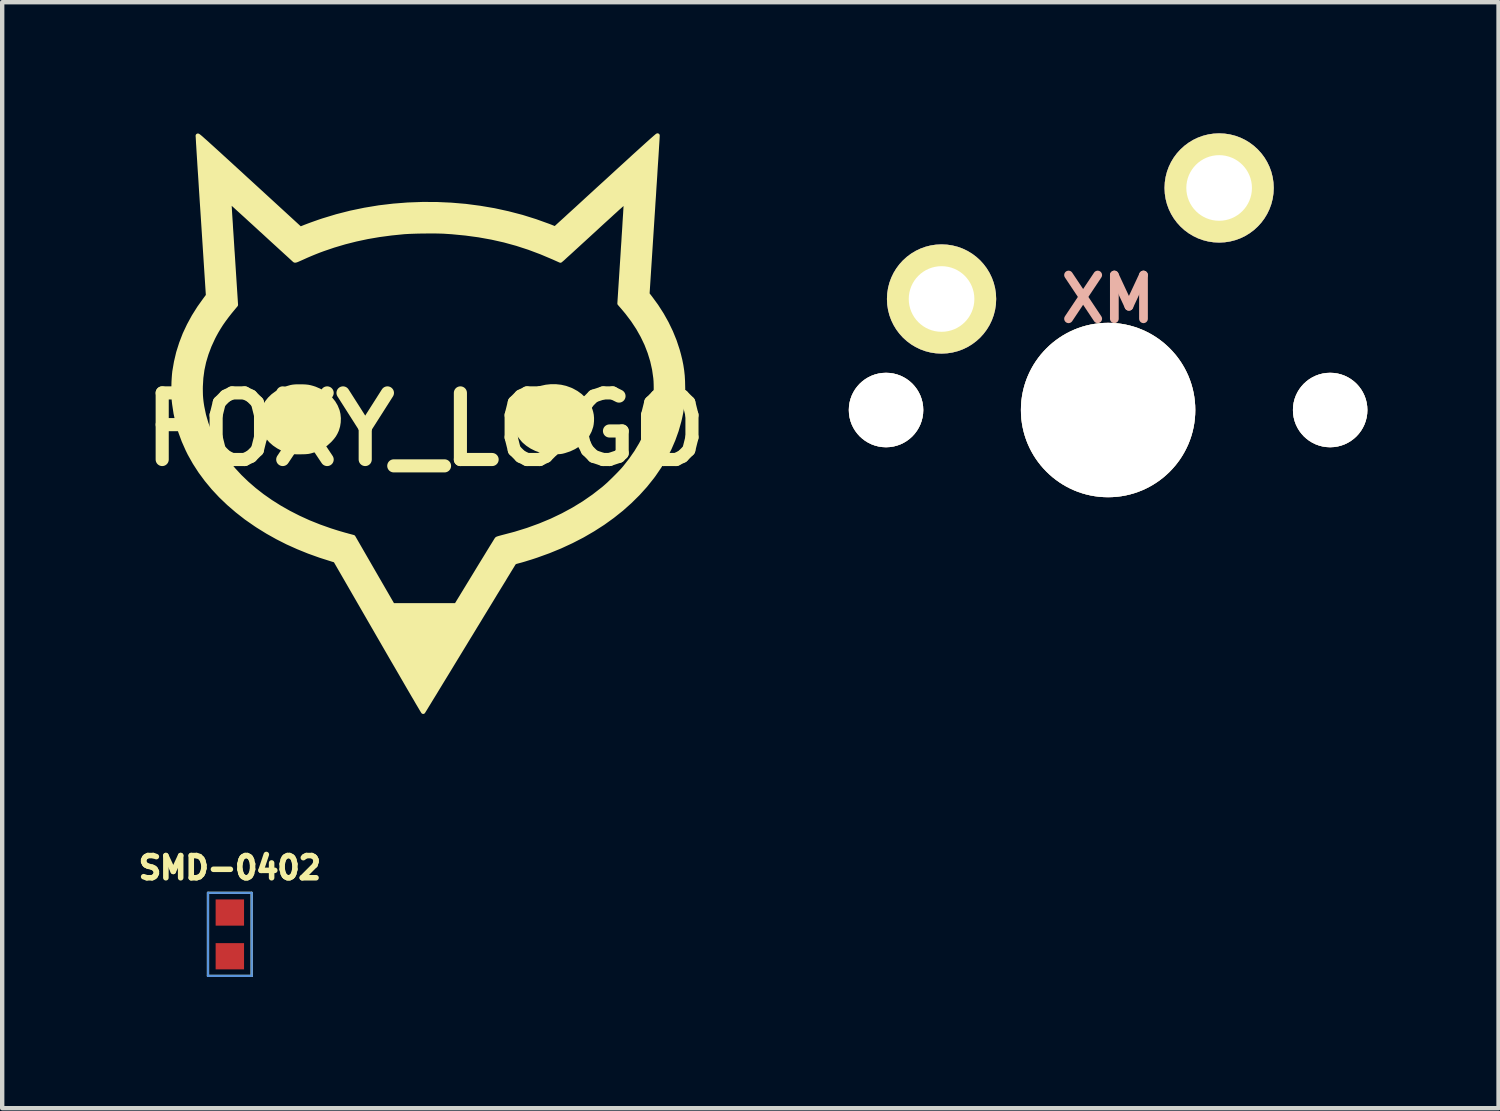
<source format=kicad_pcb>
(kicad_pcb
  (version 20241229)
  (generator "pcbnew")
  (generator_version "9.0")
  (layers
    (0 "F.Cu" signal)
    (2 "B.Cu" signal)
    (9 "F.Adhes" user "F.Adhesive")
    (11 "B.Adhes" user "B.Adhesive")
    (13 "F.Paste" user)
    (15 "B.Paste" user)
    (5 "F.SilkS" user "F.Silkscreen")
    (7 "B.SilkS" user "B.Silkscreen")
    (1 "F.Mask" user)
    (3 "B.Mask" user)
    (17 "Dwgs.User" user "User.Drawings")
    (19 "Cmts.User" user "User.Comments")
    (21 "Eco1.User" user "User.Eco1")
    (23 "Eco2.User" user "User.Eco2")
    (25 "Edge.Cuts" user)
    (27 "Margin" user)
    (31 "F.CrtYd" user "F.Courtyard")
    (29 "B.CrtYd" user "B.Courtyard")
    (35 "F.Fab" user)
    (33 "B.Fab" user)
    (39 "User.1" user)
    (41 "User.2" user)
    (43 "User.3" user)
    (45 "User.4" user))
  (footprint "FOXY_LOGO"
    (layer "F.Cu")
    (at 6.684 6.773)
    (property "Reference" "FOXY_LOGO" (at 0 0 0) (layer "F.SilkS") (effects (font (size 1.524 1.524) (thickness 0.3))))
    (attr through_hole)
    (fp_poly (pts (xy 3.806 -0.26) (xy 3.805 -0.189) (xy 3.798 -0.121) (xy 3.788 -0.069) (xy 3.754 0.03) (xy 3.707 0.121) (xy 3.647 0.206) (xy 3.574 0.282) (xy 3.49 0.35) (xy 3.396 0.408) (xy 3.291 0.457) (xy 3.176 0.495) (xy 3.163 0.498) (xy 3.134 0.506) (xy 3.107 0.511) (xy 3.077 0.515) (xy 3.043 0.517) (xy 3.001 0.519) (xy 2.948 0.52) (xy 2.876 0.521) (xy 2.819 0.519) (xy 2.775 0.516) (xy 2.752 0.513) (xy 2.637 0.484) (xy 2.528 0.445) (xy 2.428 0.395) (xy 2.338 0.336) (xy 2.259 0.269) (xy 2.237 0.246) (xy 2.169 0.163) (xy 2.116 0.075) (xy 2.077 -0.017) (xy 2.052 -0.111) (xy 2.041 -0.206) (xy 2.045 -0.302) (xy 2.063 -0.397) (xy 2.095 -0.49) (xy 2.142 -0.581) (xy 2.198 -0.66) (xy 2.271 -0.739) (xy 2.353 -0.807) (xy 2.445 -0.865) (xy 2.544 -0.912) (xy 2.648 -0.948) (xy 2.757 -0.972) (xy 2.869 -0.984) (xy 2.981 -0.984) (xy 3.094 -0.972) (xy 3.204 -0.947) (xy 3.312 -0.908) (xy 3.346 -0.893) (xy 3.45 -0.836) (xy 3.541 -0.77) (xy 3.62 -0.694) (xy 3.688 -0.609) (xy 3.692 -0.603) (xy 3.725 -0.549) (xy 3.751 -0.495) (xy 3.774 -0.435) (xy 3.788 -0.387) (xy 3.8 -0.328) (xy 3.806 -0.26)) (stroke (width 0.1) (type solid)) (fill yes) (layer "F.SilkS"))
    (fp_poly (pts (xy -1.986 -0.256) (xy -1.989 -0.165) (xy -2.003 -0.076) (xy -2.028 0.007) (xy -2.032 0.018) (xy -2.061 0.08) (xy -2.093 0.135) (xy -2.132 0.187) (xy -2.18 0.241) (xy -2.201 0.262) (xy -2.276 0.33) (xy -2.354 0.386) (xy -2.438 0.432) (xy -2.531 0.47) (xy -2.623 0.498) (xy -2.652 0.505) (xy -2.679 0.511) (xy -2.707 0.514) (xy -2.74 0.517) (xy -2.781 0.519) (xy -2.833 0.52) (xy -2.844 0.52) (xy -2.909 0.521) (xy -2.961 0.52) (xy -3.003 0.518) (xy -3.038 0.514) (xy -3.051 0.511) (xy -3.163 0.484) (xy -3.269 0.444) (xy -3.367 0.392) (xy -3.457 0.331) (xy -3.538 0.26) (xy -3.607 0.181) (xy -3.665 0.094) (xy -3.702 0.018) (xy -3.729 -0.064) (xy -3.744 -0.152) (xy -3.748 -0.243) (xy -3.741 -0.334) (xy -3.722 -0.42) (xy -3.719 -0.431) (xy -3.68 -0.526) (xy -3.628 -0.614) (xy -3.564 -0.694) (xy -3.488 -0.767) (xy -3.401 -0.831) (xy -3.305 -0.886) (xy -3.201 -0.93) (xy -3.088 -0.963) (xy -3.071 -0.967) (xy -3.039 -0.973) (xy -3.005 -0.977) (xy -2.965 -0.98) (xy -2.915 -0.981) (xy -2.867 -0.981) (xy -2.797 -0.98) (xy -2.738 -0.977) (xy -2.685 -0.971) (xy -2.636 -0.961) (xy -2.585 -0.947) (xy -2.532 -0.93) (xy -2.429 -0.886) (xy -2.333 -0.832) (xy -2.247 -0.767) (xy -2.171 -0.694) (xy -2.106 -0.613) (xy -2.054 -0.525) (xy -2.016 -0.431) (xy -2.015 -0.431) (xy -1.995 -0.346) (xy -1.986 -0.256)) (stroke (width 0.1) (type solid)) (fill yes) (layer "F.SilkS"))
    (fp_poly (pts (xy 5.892 -0.931) (xy 5.89 -0.805) (xy 5.885 -0.69) (xy 5.876 -0.582) (xy 5.862 -0.476) (xy 5.843 -0.368) (xy 5.819 -0.254) (xy 5.803 -0.187) (xy 5.743 0.025) (xy 5.668 0.234) (xy 5.579 0.44) (xy 5.474 0.643) (xy 5.355 0.843) (xy 5.271 0.966) (xy 5.271 -0.931) (xy 5.27 -1.022) (xy 5.267 -1.107) (xy 5.261 -1.178) (xy 5.233 -1.375) (xy 5.189 -1.57) (xy 5.13 -1.762) (xy 5.057 -1.951) (xy 4.968 -2.137) (xy 4.865 -2.32) (xy 4.746 -2.5) (xy 4.613 -2.676) (xy 4.521 -2.786) (xy 4.439 -2.88) (xy 4.514 -4.037) (xy 4.522 -4.169) (xy 4.531 -4.298) (xy 4.538 -4.421) (xy 4.546 -4.539) (xy 4.553 -4.65) (xy 4.559 -4.754) (xy 4.565 -4.849) (xy 4.571 -4.935) (xy 4.575 -5.011) (xy 4.579 -5.077) (xy 4.582 -5.13) (xy 4.584 -5.171) (xy 4.586 -5.199) (xy 4.586 -5.212) (xy 4.586 -5.213) (xy 4.585 -5.214) (xy 4.581 -5.214) (xy 4.574 -5.21) (xy 4.563 -5.202) (xy 4.548 -5.191) (xy 4.529 -5.174) (xy 4.504 -5.153) (xy 4.473 -5.126) (xy 4.436 -5.093) (xy 4.392 -5.054) (xy 4.341 -5.007) (xy 4.281 -4.953) (xy 4.213 -4.89) (xy 4.135 -4.819) (xy 4.048 -4.74) (xy 3.95 -4.65) (xy 3.868 -4.574) (xy 3.778 -4.492) (xy 3.691 -4.412) (xy 3.607 -4.335) (xy 3.528 -4.263) (xy 3.453 -4.194) (xy 3.384 -4.131) (xy 3.322 -4.074) (xy 3.266 -4.023) (xy 3.218 -3.98) (xy 3.179 -3.944) (xy 3.149 -3.916) (xy 3.129 -3.898) (xy 3.119 -3.89) (xy 3.086 -3.862) (xy 2.923 -3.935) (xy 2.646 -4.052) (xy 2.369 -4.156) (xy 2.089 -4.247) (xy 1.805 -4.325) (xy 1.516 -4.39) (xy 1.221 -4.443) (xy 0.918 -4.484) (xy 0.607 -4.514) (xy 0.412 -4.527) (xy 0.346 -4.529) (xy 0.269 -4.531) (xy 0.182 -4.532) (xy 0.089 -4.532) (xy -0.008 -4.531) (xy -0.105 -4.53) (xy -0.2 -4.528) (xy -0.291 -4.525) (xy -0.374 -4.522) (xy -0.447 -4.518) (xy -0.493 -4.515) (xy -0.781 -4.486) (xy -1.059 -4.449) (xy -1.327 -4.403) (xy -1.59 -4.347) (xy -1.847 -4.282) (xy -2.103 -4.206) (xy -2.341 -4.125) (xy -2.433 -4.091) (xy -2.525 -4.055) (xy -2.62 -4.016) (xy -2.723 -3.972) (xy -2.82 -3.928) (xy -2.872 -3.905) (xy -2.911 -3.888) (xy -2.94 -3.875) (xy -2.961 -3.868) (xy -2.975 -3.864) (xy -2.984 -3.863) (xy -2.991 -3.865) (xy -2.997 -3.869) (xy -2.997 -3.869) (xy -3.004 -3.876) (xy -3.023 -3.893) (xy -3.051 -3.919) (xy -3.088 -3.953) (xy -3.134 -3.995) (xy -3.188 -4.044) (xy -3.249 -4.1) (xy -3.317 -4.162) (xy -3.391 -4.23) (xy -3.47 -4.302) (xy -3.553 -4.378) (xy -3.64 -4.458) (xy -3.73 -4.541) (xy -3.751 -4.559) (xy -3.841 -4.642) (xy -3.928 -4.722) (xy -4.012 -4.798) (xy -4.091 -4.871) (xy -4.165 -4.938) (xy -4.233 -5) (xy -4.295 -5.056) (xy -4.349 -5.106) (xy -4.396 -5.148) (xy -4.434 -5.182) (xy -4.463 -5.208) (xy -4.482 -5.225) (xy -4.49 -5.232) (xy -4.491 -5.233) (xy -4.49 -5.225) (xy -4.489 -5.202) (xy -4.487 -5.166) (xy -4.484 -5.117) (xy -4.48 -5.056) (xy -4.476 -4.984) (xy -4.471 -4.902) (xy -4.465 -4.809) (xy -4.458 -4.709) (xy -4.452 -4.6) (xy -4.444 -4.484) (xy -4.436 -4.362) (xy -4.428 -4.234) (xy -4.42 -4.102) (xy -4.415 -4.04) (xy -4.338 -2.849) (xy -4.384 -2.794) (xy -4.47 -2.69) (xy -4.546 -2.593) (xy -4.613 -2.503) (xy -4.674 -2.416) (xy -4.728 -2.331) (xy -4.779 -2.246) (xy -4.827 -2.159) (xy -4.858 -2.099) (xy -4.943 -1.915) (xy -5.012 -1.732) (xy -5.067 -1.549) (xy -5.107 -1.364) (xy -5.132 -1.178) (xy -5.143 -0.988) (xy -5.144 -0.935) (xy -5.143 -0.851) (xy -5.141 -0.777) (xy -5.136 -0.709) (xy -5.129 -0.642) (xy -5.119 -0.571) (xy -5.11 -0.516) (xy -5.07 -0.324) (xy -5.015 -0.136) (xy -4.945 0.05) (xy -4.861 0.232) (xy -4.764 0.41) (xy -4.654 0.584) (xy -4.53 0.754) (xy -4.394 0.919) (xy -4.246 1.079) (xy -4.086 1.233) (xy -3.915 1.381) (xy -3.733 1.523) (xy -3.54 1.658) (xy -3.337 1.786) (xy -3.124 1.907) (xy -2.902 2.02) (xy -2.67 2.126) (xy -2.43 2.222) (xy -2.182 2.31) (xy -2.028 2.359) (xy -1.972 2.376) (xy -1.913 2.393) (xy -1.855 2.41) (xy -1.802 2.424) (xy -1.76 2.436) (xy -1.759 2.436) (xy -1.651 2.465) (xy -1.201 3.245) (xy -0.75 4.025) (xy -0.023 4.025) (xy 0.704 4.025) (xy 1.162 3.274) (xy 1.222 3.175) (xy 1.28 3.08) (xy 1.336 2.989) (xy 1.388 2.904) (xy 1.436 2.825) (xy 1.481 2.752) (xy 1.52 2.688) (xy 1.555 2.632) (xy 1.584 2.585) (xy 1.606 2.549) (xy 1.622 2.523) (xy 1.631 2.51) (xy 1.632 2.509) (xy 1.644 2.501) (xy 1.669 2.492) (xy 1.704 2.482) (xy 1.747 2.47) (xy 2.048 2.391) (xy 2.338 2.301) (xy 2.616 2.2) (xy 2.885 2.088) (xy 3.142 1.965) (xy 3.389 1.831) (xy 3.626 1.686) (xy 3.851 1.53) (xy 4.067 1.362) (xy 4.091 1.342) (xy 4.137 1.302) (xy 4.191 1.254) (xy 4.249 1.198) (xy 4.31 1.139) (xy 4.371 1.078) (xy 4.43 1.018) (xy 4.484 0.961) (xy 4.531 0.91) (xy 4.565 0.87) (xy 4.702 0.695) (xy 4.824 0.519) (xy 4.931 0.341) (xy 5.024 0.161) (xy 5.101 -0.022) (xy 5.165 -0.208) (xy 5.214 -0.398) (xy 5.25 -0.591) (xy 5.259 -0.664) (xy 5.265 -0.748) (xy 5.269 -0.838) (xy 5.271 -0.931) (xy 5.271 0.966) (xy 5.222 1.038) (xy 5.184 1.089) (xy 5.029 1.283) (xy 4.86 1.47) (xy 4.679 1.649) (xy 4.485 1.822) (xy 4.279 1.986) (xy 4.062 2.142) (xy 3.833 2.289) (xy 3.594 2.428) (xy 3.344 2.557) (xy 3.085 2.677) (xy 2.817 2.787) (xy 2.54 2.887) (xy 2.477 2.908) (xy 2.407 2.931) (xy 2.334 2.953) (xy 2.261 2.976) (xy 2.192 2.996) (xy 2.129 3.013) (xy 2.077 3.027) (xy 2.063 3.031) (xy 2.041 3.041) (xy 2.024 3.056) (xy 2.023 3.056) (xy 2.018 3.064) (xy 2.005 3.085) (xy 1.985 3.118) (xy 1.958 3.162) (xy 1.924 3.217) (xy 1.884 3.283) (xy 1.838 3.358) (xy 1.787 3.443) (xy 1.73 3.536) (xy 1.668 3.637) (xy 1.601 3.746) (xy 1.531 3.862) (xy 1.456 3.985) (xy 1.378 4.113) (xy 1.296 4.247) (xy 1.212 4.386) (xy 1.125 4.528) (xy 1.036 4.675) (xy 0.981 4.764) (xy 0.891 4.913) (xy 0.803 5.057) (xy 0.717 5.198) (xy 0.634 5.334) (xy 0.554 5.466) (xy 0.478 5.591) (xy 0.405 5.71) (xy 0.336 5.823) (xy 0.272 5.928) (xy 0.213 6.026) (xy 0.158 6.115) (xy 0.109 6.195) (xy 0.066 6.266) (xy 0.029 6.326) (xy -0.001 6.376) (xy -0.025 6.415) (xy -0.042 6.442) (xy -0.051 6.457) (xy -0.053 6.46) (xy -0.057 6.454) (xy -0.069 6.435) (xy -0.088 6.404) (xy -0.113 6.361) (xy -0.145 6.307) (xy -0.183 6.243) (xy -0.226 6.168) (xy -0.276 6.084) (xy -0.33 5.991) (xy -0.389 5.89) (xy -0.452 5.781) (xy -0.52 5.664) (xy -0.591 5.541) (xy -0.666 5.412) (xy -0.745 5.277) (xy -0.826 5.137) (xy -0.909 4.993) (xy -0.995 4.844) (xy -1.06 4.732) (xy -2.061 2.998) (xy -2.133 2.976) (xy -2.407 2.889) (xy -2.669 2.795) (xy -2.918 2.694) (xy -3.158 2.586) (xy -3.389 2.469) (xy -3.612 2.344) (xy -3.83 2.209) (xy -3.883 2.174) (xy -4.102 2.022) (xy -4.308 1.861) (xy -4.502 1.694) (xy -4.684 1.52) (xy -4.853 1.339) (xy -5.008 1.152) (xy -5.15 0.96) (xy -5.278 0.762) (xy -5.392 0.56) (xy -5.439 0.465) (xy -5.53 0.26) (xy -5.606 0.054) (xy -5.668 -0.155) (xy -5.714 -0.367) (xy -5.747 -0.583) (xy -5.755 -0.654) (xy -5.76 -0.725) (xy -5.763 -0.808) (xy -5.764 -0.897) (xy -5.763 -0.989) (xy -5.761 -1.082) (xy -5.756 -1.17) (xy -5.75 -1.25) (xy -5.743 -1.319) (xy -5.743 -1.32) (xy -5.705 -1.541) (xy -5.654 -1.757) (xy -5.587 -1.969) (xy -5.507 -2.177) (xy -5.411 -2.381) (xy -5.301 -2.583) (xy -5.176 -2.781) (xy -5.049 -2.959) (xy -4.974 -3.06) (xy -5.092 -4.88) (xy -5.103 -5.046) (xy -5.114 -5.209) (xy -5.124 -5.366) (xy -5.134 -5.519) (xy -5.143 -5.665) (xy -5.152 -5.805) (xy -5.161 -5.938) (xy -5.169 -6.062) (xy -5.176 -6.178) (xy -5.183 -6.285) (xy -5.189 -6.381) (xy -5.194 -6.467) (xy -5.199 -6.541) (xy -5.202 -6.603) (xy -5.205 -6.653) (xy -5.207 -6.689) (xy -5.209 -6.711) (xy -5.209 -6.718) (xy -5.207 -6.719) (xy -5.203 -6.717) (xy -5.194 -6.711) (xy -5.182 -6.702) (xy -5.166 -6.689) (xy -5.144 -6.671) (xy -5.118 -6.648) (xy -5.086 -6.619) (xy -5.048 -6.586) (xy -5.003 -6.546) (xy -4.952 -6.499) (xy -4.893 -6.446) (xy -4.827 -6.386) (xy -4.752 -6.318) (xy -4.669 -6.242) (xy -4.577 -6.158) (xy -4.475 -6.065) (xy -4.364 -5.963) (xy -4.242 -5.852) (xy -4.11 -5.73) (xy -4.035 -5.662) (xy -2.863 -4.587) (xy -2.834 -4.6) (xy -2.797 -4.615) (xy -2.747 -4.635) (xy -2.689 -4.657) (xy -2.625 -4.681) (xy -2.558 -4.705) (xy -2.49 -4.729) (xy -2.425 -4.752) (xy -2.365 -4.772) (xy -2.344 -4.779) (xy -2.031 -4.874) (xy -1.713 -4.955) (xy -1.391 -5.022) (xy -1.065 -5.076) (xy -0.736 -5.115) (xy -0.405 -5.141) (xy -0.074 -5.153) (xy 0.258 -5.152) (xy 0.589 -5.137) (xy 0.919 -5.109) (xy 1.246 -5.066) (xy 1.571 -5.011) (xy 1.891 -4.941) (xy 2.206 -4.859) (xy 2.516 -4.762) (xy 2.819 -4.653) (xy 2.885 -4.627) (xy 2.917 -4.614) (xy 2.943 -4.604) (xy 2.961 -4.597) (xy 2.967 -4.595) (xy 2.973 -4.6) (xy 2.99 -4.615) (xy 3.017 -4.64) (xy 3.053 -4.673) (xy 3.099 -4.715) (xy 3.154 -4.765) (xy 3.217 -4.822) (xy 3.287 -4.887) (xy 3.365 -4.958) (xy 3.449 -5.034) (xy 3.539 -5.117) (xy 3.635 -5.205) (xy 3.735 -5.297) (xy 3.84 -5.393) (xy 3.949 -5.493) (xy 4.062 -5.596) (xy 4.139 -5.666) (xy 4.285 -5.8) (xy 4.42 -5.924) (xy 4.544 -6.037) (xy 4.658 -6.141) (xy 4.761 -6.236) (xy 4.855 -6.321) (xy 4.939 -6.397) (xy 5.014 -6.465) (xy 5.079 -6.524) (xy 5.136 -6.575) (xy 5.184 -6.618) (xy 5.224 -6.653) (xy 5.256 -6.681) (xy 5.28 -6.701) (xy 5.296 -6.715) (xy 5.306 -6.722) (xy 5.309 -6.723) (xy 5.308 -6.714) (xy 5.307 -6.69) (xy 5.305 -6.652) (xy 5.302 -6.601) (xy 5.298 -6.538) (xy 5.293 -6.462) (xy 5.288 -6.375) (xy 5.282 -6.278) (xy 5.275 -6.171) (xy 5.267 -6.054) (xy 5.259 -5.929) (xy 5.251 -5.795) (xy 5.242 -5.655) (xy 5.232 -5.508) (xy 5.223 -5.355) (xy 5.212 -5.197) (xy 5.202 -5.035) (xy 5.193 -4.901) (xy 5.076 -3.095) (xy 5.144 -3.008) (xy 5.28 -2.822) (xy 5.404 -2.629) (xy 5.515 -2.431) (xy 5.613 -2.228) (xy 5.697 -2.022) (xy 5.766 -1.813) (xy 5.795 -1.708) (xy 5.826 -1.582) (xy 5.85 -1.462) (xy 5.868 -1.345) (xy 5.881 -1.226) (xy 5.888 -1.102) (xy 5.891 -0.968) (xy 5.892 -0.931)) (stroke (width 0.1) (type solid)) (fill yes) (layer "F.SilkS")))
  (footprint "SMD-0402"
    (layer "F.Cu")
    (at 2.208 18.326)
    (property "Reference" "SMD-0402" (at 0 -1.524 0) (layer "F.SilkS") (effects (font (size 0.508 0.508) (thickness 0.127))))
    (attr through_hole)
    (fp_line (start -0.5 -0.95) (end 0.5 -0.95) (stroke (width 0.051) (type solid)) (layer "F.SilkS"))
    (fp_line (start -0.5 0.95) (end -0.5 -0.95) (stroke (width 0.051) (type solid)) (layer "F.SilkS"))
    (fp_line (start 0.5 -0.95) (end 0.5 0.95) (stroke (width 0.051) (type solid)) (layer "F.SilkS"))
    (fp_line (start 0.5 0.95) (end -0.5 0.95) (stroke (width 0.051) (type solid)) (layer "F.SilkS"))
    (fp_line (start -0.5 -0.95) (end 0.5 -0.95) (stroke (width 0.05) (type solid)) (layer "Cmts.User"))
    (fp_line (start -0.5 0.95) (end -0.5 -0.95) (stroke (width 0.05) (type solid)) (layer "Cmts.User"))
    (fp_line (start 0.5 -0.95) (end 0.5 0.95) (stroke (width 0.05) (type solid)) (layer "Cmts.User"))
    (fp_line (start 0.5 0.95) (end -0.5 0.95) (stroke (width 0.05) (type solid)) (layer "Cmts.User"))
    (pad "1" smd rect (at 0 -0.5) (size 0.65 0.6) (layers "F.Cu" "F.Mask" "F.Paste"))
    (pad "2" smd rect (at 0 0.5) (size 0.65 0.6) (layers "F.Cu" "F.Mask" "F.Paste")))
  (footprint "MX"
    (layer "F.Cu")
    (at 22.3 6.33)
    (property "Reference" "MX" (at 0 -2.54 180) (layer "B.SilkS") (effects (font (size 1 1) (thickness 0.2)) (justify mirror)))
    (attr through_hole)
    (pad "" np_thru_hole circle (at -5.08 0 180) (size 1.704 1.704) (drill 1.702) (layers "*.Cu" "*.Mask" "F.SilkS"))
    (pad "" np_thru_hole circle (at 0 0 180) (size 3.99 3.99) (drill 3.988) (layers "*.Cu" "*.Mask" "F.SilkS"))
    (pad "" np_thru_hole circle (at 5.08 0 180) (size 1.704 1.704) (drill 1.702) (layers "*.Cu" "*.Mask" "F.SilkS"))
    (pad "1" thru_hole circle (at -3.81 -2.54 180) (size 2.499 2.499) (drill 1.501) (layers "*.Cu" "*.Mask" "F.SilkS"))
    (pad "2" thru_hole circle (at 2.54 -5.08 180) (size 2.499 2.499) (drill 1.501) (layers "*.Cu" "*.Mask" "F.SilkS")))
  (gr_rect
    (start -3 -3)
    (end 31.232 22.302)
    (stroke (width 0.1) (type default))
    (fill no)
    (layer "Edge.Cuts")))
</source>
